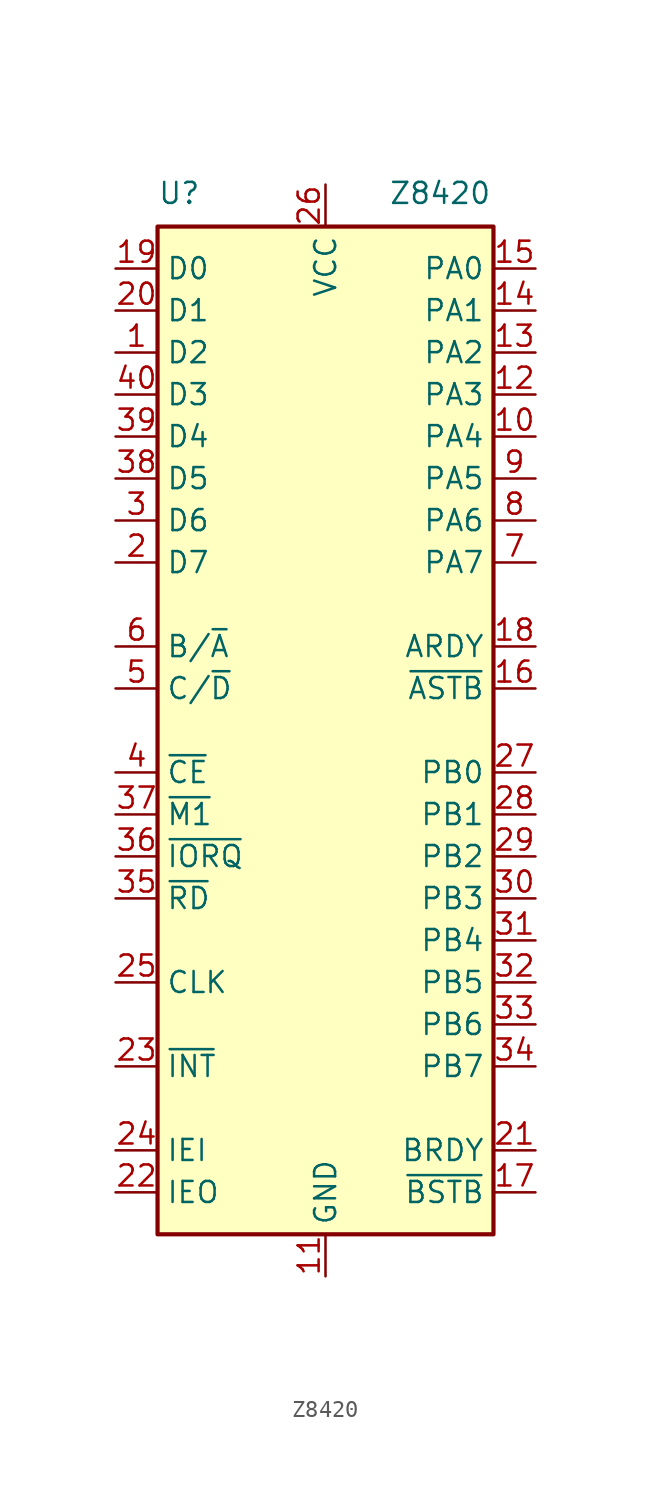
<source format=kicad_sym>
(kicad_symbol_lib
  (version 20241209)
  (generator "kicad_symbol_editor")
  (generator_version "9.0")
  (symbol "Z8420"
    (property "Reference" "U"
      (at -10.16 31.75 0)
      (effects (font (size 1.27 1.27)) (justify left bottom)))
    (property "Value" "Z8420"
      (at 3.81 31.75 0)
      (effects (font (size 1.27 1.27)) (justify left bottom)))
    (symbol "Z8420_1_0"
      (rectangle (start -10.16 30.48) (end 10.16 -30.48) (stroke (width 0.254) (type default)) (fill (type background))))
    (symbol "Z8420_1_1"
      (pin bidirectional line (at -12.7 27.94 0) (length 2.54) (name "D0" (effects (font (size 1.27 1.27)))) (number "19" (effects (font (size 1.27 1.27)))))
      (pin bidirectional line (at -12.7 25.4 0) (length 2.54) (name "D1" (effects (font (size 1.27 1.27)))) (number "20" (effects (font (size 1.27 1.27)))))
      (pin bidirectional line (at -12.7 22.86 0) (length 2.54) (name "D2" (effects (font (size 1.27 1.27)))) (number "1" (effects (font (size 1.27 1.27)))))
      (pin bidirectional line (at -12.7 20.32 0) (length 2.54) (name "D3" (effects (font (size 1.27 1.27)))) (number "40" (effects (font (size 1.27 1.27)))))
      (pin bidirectional line (at -12.7 17.78 0) (length 2.54) (name "D4" (effects (font (size 1.27 1.27)))) (number "39" (effects (font (size 1.27 1.27)))))
      (pin bidirectional line (at -12.7 15.24 0) (length 2.54) (name "D5" (effects (font (size 1.27 1.27)))) (number "38" (effects (font (size 1.27 1.27)))))
      (pin bidirectional line (at -12.7 12.7 0) (length 2.54) (name "D6" (effects (font (size 1.27 1.27)))) (number "3" (effects (font (size 1.27 1.27)))))
      (pin bidirectional line (at -12.7 10.16 0) (length 2.54) (name "D7" (effects (font (size 1.27 1.27)))) (number "2" (effects (font (size 1.27 1.27)))))
      (pin input line (at -12.7 5.08 0) (length 2.54) (name "B/~{A}" (effects (font (size 1.27 1.27)))) (number "6" (effects (font (size 1.27 1.27)))))
      (pin input line (at -12.7 2.54 0) (length 2.54) (name "C/~{D}" (effects (font (size 1.27 1.27)))) (number "5" (effects (font (size 1.27 1.27)))))
      (pin input line (at -12.7 -2.54 0) (length 2.54) (name "~{CE}" (effects (font (size 1.27 1.27)))) (number "4" (effects (font (size 1.27 1.27)))))
      (pin input line (at -12.7 -5.08 0) (length 2.54) (name "~{M1}" (effects (font (size 1.27 1.27)))) (number "37" (effects (font (size 1.27 1.27)))))
      (pin input line (at -12.7 -7.62 0) (length 2.54) (name "~{IORQ}" (effects (font (size 1.27 1.27)))) (number "36" (effects (font (size 1.27 1.27)))))
      (pin input line (at -12.7 -10.16 0) (length 2.54) (name "~{RD}" (effects (font (size 1.27 1.27)))) (number "35" (effects (font (size 1.27 1.27)))))
      (pin input line (at -12.7 -15.24 0) (length 2.54) (name "CLK" (effects (font (size 1.27 1.27)))) (number "25" (effects (font (size 1.27 1.27)))))
      (pin open_collector line (at -12.7 -20.32 0) (length 2.54) (name "~{INT}" (effects (font (size 1.27 1.27)))) (number "23" (effects (font (size 1.27 1.27)))))
      (pin input line (at -12.7 -25.4 0) (length 2.54) (name "IEI" (effects (font (size 1.27 1.27)))) (number "24" (effects (font (size 1.27 1.27)))))
      (pin output line (at -12.7 -27.94 0) (length 2.54) (name "IEO" (effects (font (size 1.27 1.27)))) (number "22" (effects (font (size 1.27 1.27)))))
      (pin power_in line (at 0 33.02 270) (length 2.54) (name "VCC" (effects (font (size 1.27 1.27)))) (number "26" (effects (font (size 1.27 1.27)))))
      (pin power_in line (at 0 -33.02 90) (length 2.54) (name "GND" (effects (font (size 1.27 1.27)))) (number "11" (effects (font (size 1.27 1.27)))))
      (pin bidirectional line (at 12.7 27.94 180) (length 2.54) (name "PA0" (effects (font (size 1.27 1.27)))) (number "15" (effects (font (size 1.27 1.27)))))
      (pin bidirectional line (at 12.7 25.4 180) (length 2.54) (name "PA1" (effects (font (size 1.27 1.27)))) (number "14" (effects (font (size 1.27 1.27)))))
      (pin bidirectional line (at 12.7 22.86 180) (length 2.54) (name "PA2" (effects (font (size 1.27 1.27)))) (number "13" (effects (font (size 1.27 1.27)))))
      (pin bidirectional line (at 12.7 20.32 180) (length 2.54) (name "PA3" (effects (font (size 1.27 1.27)))) (number "12" (effects (font (size 1.27 1.27)))))
      (pin bidirectional line (at 12.7 17.78 180) (length 2.54) (name "PA4" (effects (font (size 1.27 1.27)))) (number "10" (effects (font (size 1.27 1.27)))))
      (pin bidirectional line (at 12.7 15.24 180) (length 2.54) (name "PA5" (effects (font (size 1.27 1.27)))) (number "9" (effects (font (size 1.27 1.27)))))
      (pin bidirectional line (at 12.7 12.7 180) (length 2.54) (name "PA6" (effects (font (size 1.27 1.27)))) (number "8" (effects (font (size 1.27 1.27)))))
      (pin bidirectional line (at 12.7 10.16 180) (length 2.54) (name "PA7" (effects (font (size 1.27 1.27)))) (number "7" (effects (font (size 1.27 1.27)))))
      (pin output line (at 12.7 5.08 180) (length 2.54) (name "ARDY" (effects (font (size 1.27 1.27)))) (number "18" (effects (font (size 1.27 1.27)))))
      (pin input line (at 12.7 2.54 180) (length 2.54) (name "~{ASTB}" (effects (font (size 1.27 1.27)))) (number "16" (effects (font (size 1.27 1.27)))))
      (pin bidirectional line (at 12.7 -2.54 180) (length 2.54) (name "PB0" (effects (font (size 1.27 1.27)))) (number "27" (effects (font (size 1.27 1.27)))))
      (pin bidirectional line (at 12.7 -5.08 180) (length 2.54) (name "PB1" (effects (font (size 1.27 1.27)))) (number "28" (effects (font (size 1.27 1.27)))))
      (pin bidirectional line (at 12.7 -7.62 180) (length 2.54) (name "PB2" (effects (font (size 1.27 1.27)))) (number "29" (effects (font (size 1.27 1.27)))))
      (pin bidirectional line (at 12.7 -10.16 180) (length 2.54) (name "PB3" (effects (font (size 1.27 1.27)))) (number "30" (effects (font (size 1.27 1.27)))))
      (pin bidirectional line (at 12.7 -12.7 180) (length 2.54) (name "PB4" (effects (font (size 1.27 1.27)))) (number "31" (effects (font (size 1.27 1.27)))))
      (pin bidirectional line (at 12.7 -15.24 180) (length 2.54) (name "PB5" (effects (font (size 1.27 1.27)))) (number "32" (effects (font (size 1.27 1.27)))))
      (pin bidirectional line (at 12.7 -17.78 180) (length 2.54) (name "PB6" (effects (font (size 1.27 1.27)))) (number "33" (effects (font (size 1.27 1.27)))))
      (pin bidirectional line (at 12.7 -20.32 180) (length 2.54) (name "PB7" (effects (font (size 1.27 1.27)))) (number "34" (effects (font (size 1.27 1.27)))))
      (pin output line (at 12.7 -25.4 180) (length 2.54) (name "BRDY" (effects (font (size 1.27 1.27)))) (number "21" (effects (font (size 1.27 1.27)))))
      (pin input line (at 12.7 -27.94 180) (length 2.54) (name "~{BSTB}" (effects (font (size 1.27 1.27)))) (number "17" (effects (font (size 1.27 1.27))))))))
</source>
